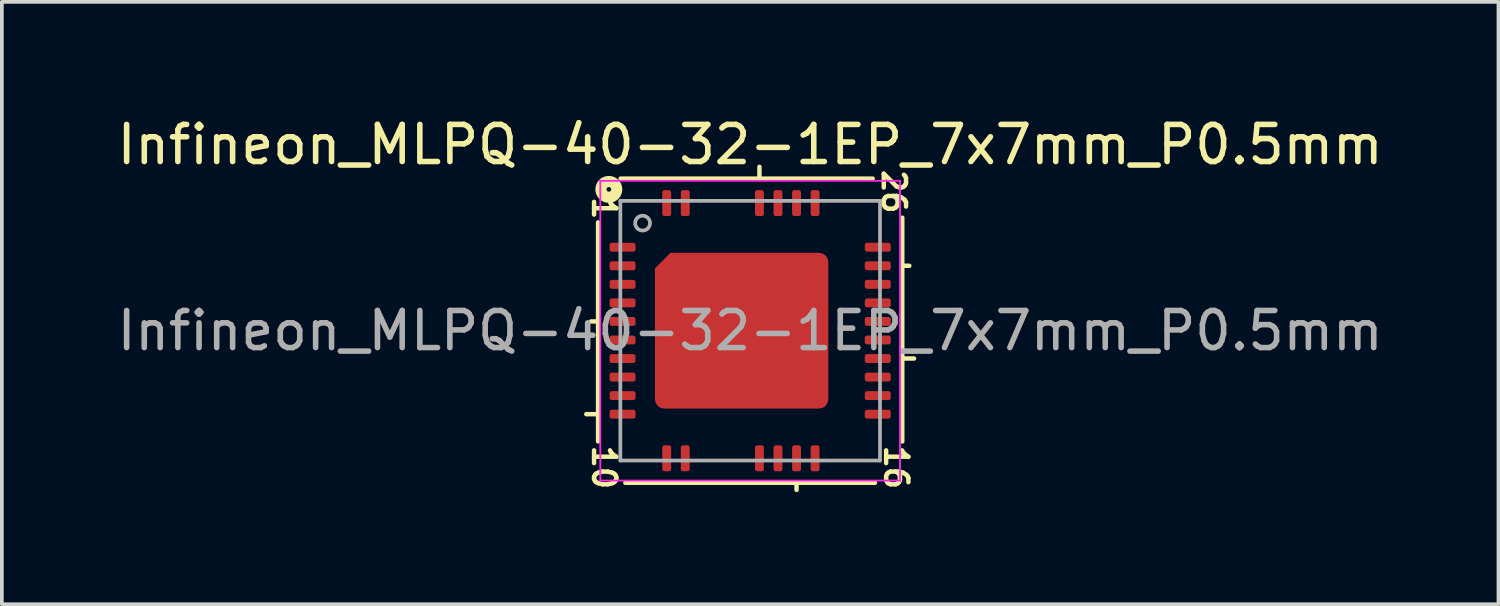
<source format=kicad_pcb>
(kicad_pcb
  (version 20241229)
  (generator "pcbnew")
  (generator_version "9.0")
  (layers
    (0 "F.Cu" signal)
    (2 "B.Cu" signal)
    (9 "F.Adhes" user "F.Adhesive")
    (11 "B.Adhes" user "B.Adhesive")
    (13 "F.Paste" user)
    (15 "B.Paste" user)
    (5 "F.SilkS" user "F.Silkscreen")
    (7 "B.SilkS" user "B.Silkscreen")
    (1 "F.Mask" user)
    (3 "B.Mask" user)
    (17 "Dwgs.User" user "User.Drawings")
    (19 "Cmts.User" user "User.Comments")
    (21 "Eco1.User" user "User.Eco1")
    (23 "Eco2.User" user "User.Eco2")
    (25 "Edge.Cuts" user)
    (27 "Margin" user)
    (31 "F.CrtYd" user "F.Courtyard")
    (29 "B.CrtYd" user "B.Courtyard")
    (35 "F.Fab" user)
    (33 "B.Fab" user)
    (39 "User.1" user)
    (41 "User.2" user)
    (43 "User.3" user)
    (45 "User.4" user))
  (footprint "Infineon_MLPQ-40-32-1EP_7x7mm_P0.5mm"
    (layer "F.Cu")
    (at 17.173 5.865)
    (property "Reference" "Infineon_MLPQ-40-32-1EP_7x7mm_P0.5mm" (at 0 -5.016 0) (layer "F.SilkS") (effects (font (size 1 1) (thickness 0.15))))
    (attr smd)
    (fp_line (start -4.1 -2.921) (end -4.1 2.985) (stroke (width 0.12) (type solid)) (layer "F.SilkS"))
    (fp_line (start -4.1 -0.25) (end -4.29 -0.25) (stroke (width 0.12) (type solid)) (layer "F.SilkS"))
    (fp_line (start -4.1 2.25) (end -4.418 2.25) (stroke (width 0.12) (type solid)) (layer "F.SilkS"))
    (fp_line (start -3.365 4.1) (end 3.365 4.1) (stroke (width 0.12) (type solid)) (layer "F.SilkS"))
    (fp_line (start 0.25 -4.1) (end 0.25 -4.418) (stroke (width 0.12) (type solid)) (layer "F.SilkS"))
    (fp_line (start 1.25 4.1) (end 1.25 4.29) (stroke (width 0.12) (type solid)) (layer "F.SilkS"))
    (fp_line (start 3.302 -4.1) (end -3.493 -4.1) (stroke (width 0.12) (type solid)) (layer "F.SilkS"))
    (fp_line (start 4.1 -1.75) (end 4.29 -1.75) (stroke (width 0.12) (type solid)) (layer "F.SilkS"))
    (fp_line (start 4.1 0.75) (end 4.418 0.75) (stroke (width 0.12) (type solid)) (layer "F.SilkS"))
    (fp_line (start 4.1 2.985) (end 4.1 -3.048) (stroke (width 0.12) (type solid)) (layer "F.SilkS"))
    (fp_circle (center -3.81 -3.81) (end -3.747 -3.81) (stroke (width 0.3) (type solid)) (fill no) (layer "F.SilkS"))
    (fp_line (start -4.04 -4.04) (end 4.04 -4.04) (stroke (width 0.05) (type solid)) (layer "F.CrtYd"))
    (fp_line (start -4.04 4.04) (end -4.04 -4.04) (stroke (width 0.05) (type solid)) (layer "F.CrtYd"))
    (fp_line (start 4.04 -4.04) (end 4.04 4.04) (stroke (width 0.05) (type solid)) (layer "F.CrtYd"))
    (fp_line (start 4.04 4.04) (end -4.04 4.04) (stroke (width 0.05) (type solid)) (layer "F.CrtYd"))
    (fp_line (start -3.5 -3.5) (end 3.5 -3.5) (stroke (width 0.1) (type solid)) (layer "F.Fab"))
    (fp_line (start -3.5 3.5) (end -3.5 -3.5) (stroke (width 0.1) (type solid)) (layer "F.Fab"))
    (fp_line (start 3.5 -3.5) (end 3.5 3.5) (stroke (width 0.1) (type solid)) (layer "F.Fab"))
    (fp_line (start 3.5 3.5) (end -3.5 3.5) (stroke (width 0.1) (type solid)) (layer "F.Fab"))
    (fp_circle (center -2.9 -2.9) (end -2.7 -2.9) (stroke (width 0.1) (type solid)) (fill no) (layer "F.Fab"))
    (fp_text user "16" (at 3.937 3.683 270) (unlocked yes) (layer "F.SilkS") (effects (font (size 0.6 0.6) (thickness 0.12))))
    (fp_text user "10" (at -3.937 3.683 270) (unlocked yes) (layer "F.SilkS") (effects (font (size 0.6 0.6) (thickness 0.12))))
    (fp_text user "1" (at -3.937 -3.302 270) (unlocked yes) (layer "F.SilkS") (effects (font (size 0.6 0.6) (thickness 0.12))))
    (fp_text user "26" (at 3.873 -3.747 270) (unlocked yes) (layer "F.SilkS") (effects (font (size 0.6 0.6) (thickness 0.12))))
    (fp_text user "${REFERENCE}" (at 0 0 0) (layer "F.Fab") (effects (font (size 1 1) (thickness 0.15))))
    (pad "" smd roundrect (at -1.796 -1.4) (size 1.2 1.1) (layers "F.Paste") (roundrect_rratio 0.227))
    (pad "" smd roundrect (at -1.796 0) (size 1.2 1.1) (layers "F.Paste") (roundrect_rratio 0.227))
    (pad "" smd roundrect (at -1.796 1.4) (size 1.2 1.1) (layers "F.Paste") (roundrect_rratio 0.227))
    (pad "" smd roundrect (at -0.237 -1.4) (size 1.2 1.1) (layers "F.Paste") (roundrect_rratio 0.227))
    (pad "" smd roundrect (at -0.237 0) (size 1.2 1.1) (layers "F.Paste") (roundrect_rratio 0.227))
    (pad "" smd roundrect (at -0.237 1.4) (size 1.2 1.1) (layers "F.Paste") (roundrect_rratio 0.227))
    (pad "" smd roundrect (at 1.321 -1.4) (size 1.2 1.1) (layers "F.Paste") (roundrect_rratio 0.227))
    (pad "" smd roundrect (at 1.321 0) (size 1.2 1.1) (layers "F.Paste") (roundrect_rratio 0.227))
    (pad "" smd roundrect (at 1.321 1.4) (size 1.2 1.1) (layers "F.Paste") (roundrect_rratio 0.227))
    (pad "1" smd roundrect (at -3.44 -2.25) (size 0.7 0.24) (layers "F.Cu" "F.Mask" "F.Paste") (roundrect_rratio 0.25))
    (pad "2" smd roundrect (at -3.44 -1.75) (size 0.7 0.24) (layers "F.Cu" "F.Mask" "F.Paste") (roundrect_rratio 0.25))
    (pad "3" smd roundrect (at -3.44 -1.25) (size 0.7 0.24) (layers "F.Cu" "F.Mask" "F.Paste") (roundrect_rratio 0.25))
    (pad "4" smd roundrect (at -3.44 -0.75) (size 0.7 0.24) (layers "F.Cu" "F.Mask" "F.Paste") (roundrect_rratio 0.25))
    (pad "5" smd roundrect (at -3.44 -0.25) (size 0.7 0.24) (layers "F.Cu" "F.Mask" "F.Paste") (roundrect_rratio 0.25))
    (pad "6" smd roundrect (at -3.44 0.25) (size 0.7 0.24) (layers "F.Cu" "F.Mask" "F.Paste") (roundrect_rratio 0.25))
    (pad "7" smd roundrect (at -3.44 0.75) (size 0.7 0.24) (layers "F.Cu" "F.Mask" "F.Paste") (roundrect_rratio 0.25))
    (pad "8" smd roundrect (at -3.44 1.25) (size 0.7 0.24) (layers "F.Cu" "F.Mask" "F.Paste") (roundrect_rratio 0.25))
    (pad "9" smd roundrect (at -3.44 1.75) (size 0.7 0.24) (layers "F.Cu" "F.Mask" "F.Paste") (roundrect_rratio 0.25))
    (pad "10" smd roundrect (at -3.44 2.25) (size 0.7 0.24) (layers "F.Cu" "F.Mask" "F.Paste") (roundrect_rratio 0.25))
    (pad "11" smd roundrect (at -2.25 3.44) (size 0.24 0.7) (layers "F.Cu" "F.Mask" "F.Paste") (roundrect_rratio 0.25))
    (pad "12" smd roundrect (at -1.75 3.44) (size 0.24 0.7) (layers "F.Cu" "F.Mask" "F.Paste") (roundrect_rratio 0.25))
    (pad "13" smd roundrect (at 0.25 3.44) (size 0.24 0.7) (layers "F.Cu" "F.Mask" "F.Paste") (roundrect_rratio 0.25))
    (pad "14" smd roundrect (at 0.75 3.44) (size 0.24 0.7) (layers "F.Cu" "F.Mask" "F.Paste") (roundrect_rratio 0.25))
    (pad "15" smd roundrect (at 1.25 3.44) (size 0.24 0.7) (layers "F.Cu" "F.Mask" "F.Paste") (roundrect_rratio 0.25))
    (pad "16" smd roundrect (at 1.75 3.44) (size 0.24 0.7) (layers "F.Cu" "F.Mask" "F.Paste") (roundrect_rratio 0.25))
    (pad "17" smd roundrect (at 3.44 2.25) (size 0.7 0.24) (layers "F.Cu" "F.Mask" "F.Paste") (roundrect_rratio 0.25))
    (pad "18" smd roundrect (at 3.44 1.75) (size 0.7 0.24) (layers "F.Cu" "F.Mask" "F.Paste") (roundrect_rratio 0.25))
    (pad "19" smd roundrect (at 3.44 1.25) (size 0.7 0.24) (layers "F.Cu" "F.Mask" "F.Paste") (roundrect_rratio 0.25))
    (pad "20" smd roundrect (at 3.44 0.75) (size 0.7 0.24) (layers "F.Cu" "F.Mask" "F.Paste") (roundrect_rratio 0.25))
    (pad "21" smd roundrect (at 3.44 0.25) (size 0.7 0.24) (layers "F.Cu" "F.Mask" "F.Paste") (roundrect_rratio 0.25))
    (pad "22" smd roundrect (at 3.44 -0.25) (size 0.7 0.24) (layers "F.Cu" "F.Mask" "F.Paste") (roundrect_rratio 0.25))
    (pad "23" smd roundrect (at 3.44 -0.75) (size 0.7 0.24) (layers "F.Cu" "F.Mask" "F.Paste") (roundrect_rratio 0.25))
    (pad "24" smd roundrect (at 3.44 -1.25) (size 0.7 0.24) (layers "F.Cu" "F.Mask" "F.Paste") (roundrect_rratio 0.25))
    (pad "25" smd roundrect (at 3.44 -1.75) (size 0.7 0.24) (layers "F.Cu" "F.Mask" "F.Paste") (roundrect_rratio 0.25))
    (pad "26" smd roundrect (at 3.44 -2.25) (size 0.7 0.24) (layers "F.Cu" "F.Mask" "F.Paste") (roundrect_rratio 0.25))
    (pad "27" smd roundrect (at 1.75 -3.44) (size 0.24 0.7) (layers "F.Cu" "F.Mask" "F.Paste") (roundrect_rratio 0.25))
    (pad "28" smd roundrect (at 1.25 -3.44) (size 0.24 0.7) (layers "F.Cu" "F.Mask" "F.Paste") (roundrect_rratio 0.25))
    (pad "29" smd roundrect (at 0.75 -3.44) (size 0.24 0.7) (layers "F.Cu" "F.Mask" "F.Paste") (roundrect_rratio 0.25))
    (pad "30" smd roundrect (at 0.25 -3.44) (size 0.24 0.7) (layers "F.Cu" "F.Mask" "F.Paste") (roundrect_rratio 0.25))
    (pad "31" smd roundrect (at -1.75 -3.44) (size 0.24 0.7) (layers "F.Cu" "F.Mask" "F.Paste") (roundrect_rratio 0.25))
    (pad "32" smd roundrect (at -2.25 -3.44) (size 0.24 0.7) (layers "F.Cu" "F.Mask" "F.Paste") (roundrect_rratio 0.25))
    (pad "33" smd roundrect (at -0.23 0) (size 4.675 4.2) (layers "F.Cu" "F.Mask") (roundrect_rratio 0.06) (chamfer_ratio 0.1) (chamfer top_left)))
  (gr_rect
    (start -3 -3)
    (end 37.345 13.239)
    (stroke (width 0.1) (type default))
    (fill no)
    (layer "Edge.Cuts")))
</source>
